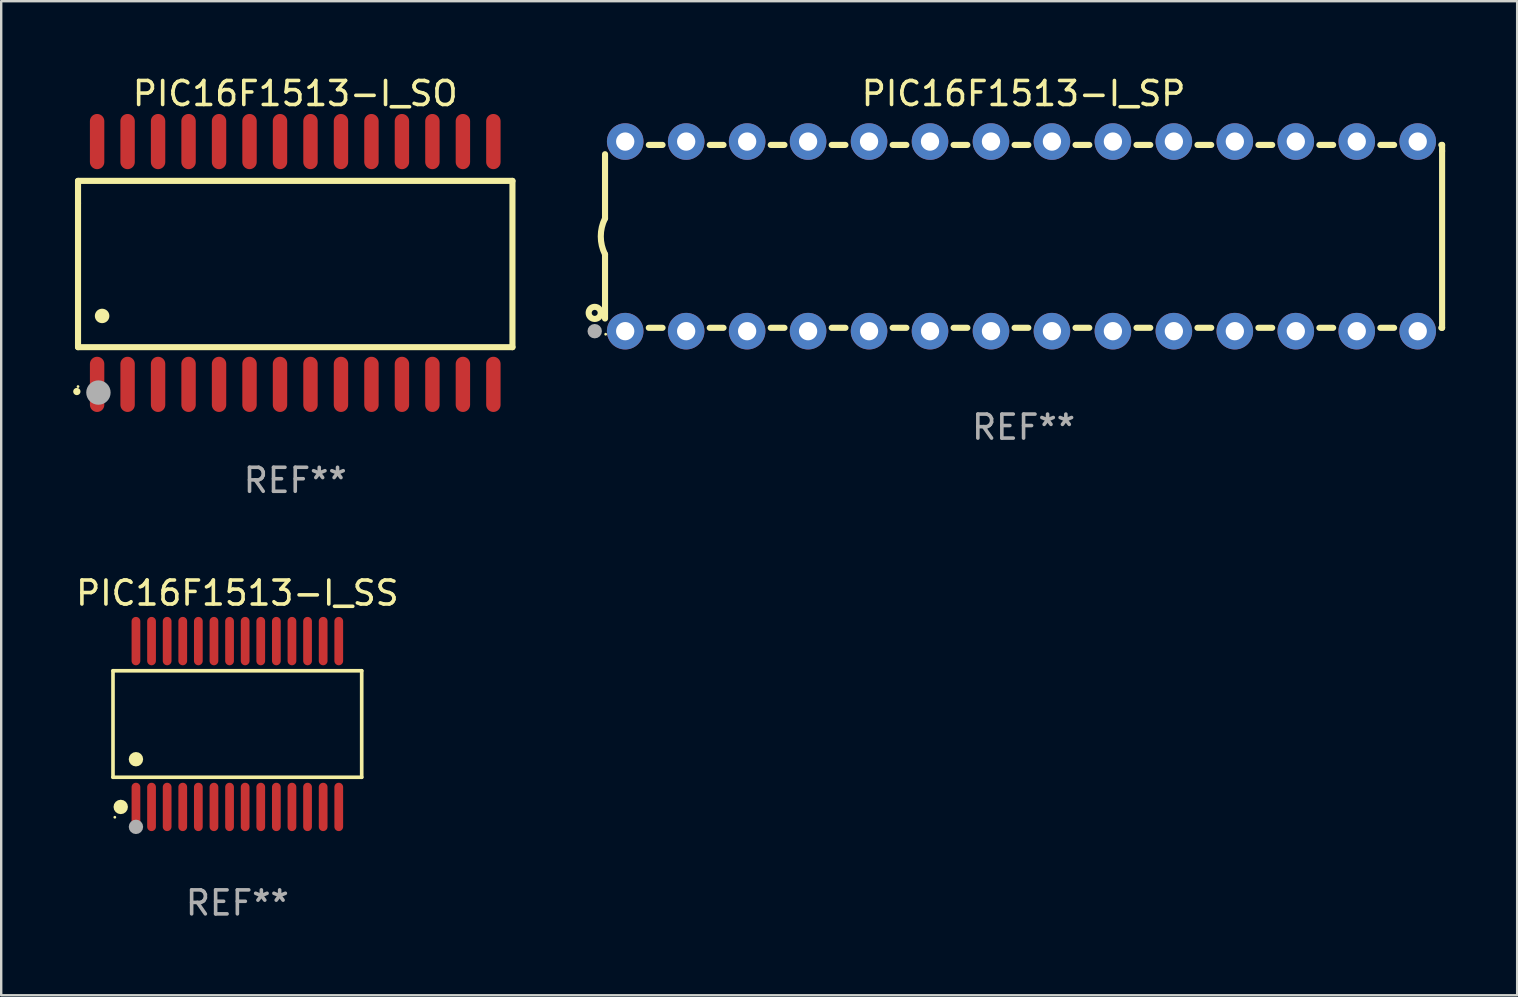
<source format=kicad_pcb>
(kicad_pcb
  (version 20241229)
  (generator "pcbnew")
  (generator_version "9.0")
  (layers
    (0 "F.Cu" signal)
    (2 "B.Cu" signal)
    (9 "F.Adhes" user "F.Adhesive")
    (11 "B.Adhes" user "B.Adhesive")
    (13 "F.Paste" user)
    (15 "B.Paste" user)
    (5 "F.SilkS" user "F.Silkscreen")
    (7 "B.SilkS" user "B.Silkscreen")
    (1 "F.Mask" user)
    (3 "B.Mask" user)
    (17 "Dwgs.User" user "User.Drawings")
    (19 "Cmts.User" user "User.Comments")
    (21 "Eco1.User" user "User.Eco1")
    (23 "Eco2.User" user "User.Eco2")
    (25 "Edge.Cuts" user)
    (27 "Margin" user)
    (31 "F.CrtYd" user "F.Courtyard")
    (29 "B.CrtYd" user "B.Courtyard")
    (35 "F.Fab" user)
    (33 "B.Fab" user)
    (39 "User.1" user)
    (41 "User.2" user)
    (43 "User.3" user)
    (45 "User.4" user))
  (footprint "PIC16F1513-I_SP"
    (layer "F.Cu")
    (at 39.596 6.798)
    (property "Reference" "PIC16F1513-I_SP" (at 0 -5.95 0) (layer "F.SilkS") (effects (font (size 1 1) (thickness 0.15))))
    (attr through_hole)
    (fp_line (start -17.438 0.75) (end -17.438 3.423) (stroke (width 0.254) (type solid)) (layer "F.SilkS"))
    (fp_line (start -17.438 -3.423) (end -17.438 -0.75) (stroke (width 0.254) (type solid)) (layer "F.SilkS"))
    (fp_line (start -15.615 3.81) (end -15.041 3.81) (stroke (width 0.254) (type solid)) (layer "F.SilkS"))
    (fp_line (start -15.041 -3.81) (end -15.614 -3.81) (stroke (width 0.254) (type solid)) (layer "F.SilkS"))
    (fp_line (start -13.075 3.81) (end -12.501 3.81) (stroke (width 0.254) (type solid)) (layer "F.SilkS"))
    (fp_line (start -12.501 -3.81) (end -13.074 -3.81) (stroke (width 0.254) (type solid)) (layer "F.SilkS"))
    (fp_line (start -10.535 3.81) (end -9.961 3.81) (stroke (width 0.254) (type solid)) (layer "F.SilkS"))
    (fp_line (start -9.961 -3.81) (end -10.534 -3.81) (stroke (width 0.254) (type solid)) (layer "F.SilkS"))
    (fp_line (start -7.995 3.81) (end -7.421 3.81) (stroke (width 0.254) (type solid)) (layer "F.SilkS"))
    (fp_line (start -7.421 -3.81) (end -7.995 -3.81) (stroke (width 0.254) (type solid)) (layer "F.SilkS"))
    (fp_line (start -5.455 3.81) (end -4.881 3.81) (stroke (width 0.254) (type solid)) (layer "F.SilkS"))
    (fp_line (start -4.881 -3.81) (end -5.455 -3.81) (stroke (width 0.254) (type solid)) (layer "F.SilkS"))
    (fp_line (start -2.915 3.81) (end -2.341 3.81) (stroke (width 0.254) (type solid)) (layer "F.SilkS"))
    (fp_line (start -2.341 -3.81) (end -2.915 -3.81) (stroke (width 0.254) (type solid)) (layer "F.SilkS"))
    (fp_line (start -0.375 3.81) (end 0.199 3.81) (stroke (width 0.254) (type solid)) (layer "F.SilkS"))
    (fp_line (start 0.199 -3.81) (end -0.375 -3.81) (stroke (width 0.254) (type solid)) (layer "F.SilkS"))
    (fp_line (start 2.165 3.81) (end 2.739 3.81) (stroke (width 0.254) (type solid)) (layer "F.SilkS"))
    (fp_line (start 2.739 -3.81) (end 2.165 -3.81) (stroke (width 0.254) (type solid)) (layer "F.SilkS"))
    (fp_line (start 4.705 3.81) (end 5.279 3.81) (stroke (width 0.254) (type solid)) (layer "F.SilkS"))
    (fp_line (start 5.279 -3.81) (end 4.705 -3.81) (stroke (width 0.254) (type solid)) (layer "F.SilkS"))
    (fp_line (start 7.245 3.81) (end 7.819 3.81) (stroke (width 0.254) (type solid)) (layer "F.SilkS"))
    (fp_line (start 7.819 -3.81) (end 7.245 -3.81) (stroke (width 0.254) (type solid)) (layer "F.SilkS"))
    (fp_line (start 9.785 3.81) (end 10.359 3.81) (stroke (width 0.254) (type solid)) (layer "F.SilkS"))
    (fp_line (start 10.359 -3.81) (end 9.785 -3.81) (stroke (width 0.254) (type solid)) (layer "F.SilkS"))
    (fp_line (start 12.325 3.81) (end 12.899 3.81) (stroke (width 0.254) (type solid)) (layer "F.SilkS"))
    (fp_line (start 12.899 -3.81) (end 12.325 -3.81) (stroke (width 0.254) (type solid)) (layer "F.SilkS"))
    (fp_line (start 14.865 3.81) (end 15.439 3.81) (stroke (width 0.254) (type solid)) (layer "F.SilkS"))
    (fp_line (start 15.439 -3.81) (end 14.865 -3.81) (stroke (width 0.254) (type solid)) (layer "F.SilkS"))
    (fp_line (start 17.405 3.81) (end 17.438 3.81) (stroke (width 0.254) (type solid)) (layer "F.SilkS"))
    (fp_line (start 17.438 -3.81) (end 17.405 -3.81) (stroke (width 0.254) (type solid)) (layer "F.SilkS"))
    (fp_line (start 17.438 -3.556) (end 17.438 -3.81) (stroke (width 0.254) (type solid)) (layer "F.SilkS"))
    (fp_line (start 17.438 3.81) (end 17.438 -3.556) (stroke (width 0.254) (type solid)) (layer "F.SilkS"))
    (fp_arc (start -17.437986 0.749657) (mid -17.614887 -0.000024) (end -17.437783 -0.749657) (stroke (width 0.254001) (type solid)) (layer "F.SilkS"))
    (fp_circle (center -17.868 3.188) (end -17.743 3.188) (stroke (width 0.254) (type solid)) (fill no) (layer "F.SilkS"))
    (fp_circle (center -17.411 4.077) (end -17.381 4.077) (stroke (width 0.06) (type solid)) (fill no) (layer "F.SilkS"))
    (fp_circle (center -17.868 3.95) (end -17.718 3.95) (stroke (width 0.3) (type solid)) (fill no) (layer "F.Fab"))
    (fp_text user "REF**" (at 0 7.95 0) (layer "F.Fab") (effects (font (size 1 1) (thickness 0.15))))
    (pad "1" thru_hole circle (at -16.598 3.95) (size 1.524 1.524) (drill 0.762) (layers "*.Cu" "*.Mask"))
    (pad "2" thru_hole circle (at -14.058 3.95) (size 1.524 1.524) (drill 0.762) (layers "*.Cu" "*.Mask"))
    (pad "3" thru_hole circle (at -11.518 3.95) (size 1.524 1.524) (drill 0.762) (layers "*.Cu" "*.Mask"))
    (pad "4" thru_hole circle (at -8.978 3.95) (size 1.524 1.524) (drill 0.762) (layers "*.Cu" "*.Mask"))
    (pad "5" thru_hole circle (at -6.438 3.95) (size 1.524 1.524) (drill 0.762) (layers "*.Cu" "*.Mask"))
    (pad "6" thru_hole circle (at -3.898 3.95) (size 1.524 1.524) (drill 0.762) (layers "*.Cu" "*.Mask"))
    (pad "7" thru_hole circle (at -1.358 3.95) (size 1.524 1.524) (drill 0.762) (layers "*.Cu" "*.Mask"))
    (pad "8" thru_hole circle (at 1.182 3.95) (size 1.524 1.524) (drill 0.762) (layers "*.Cu" "*.Mask"))
    (pad "9" thru_hole circle (at 3.722 3.95) (size 1.524 1.524) (drill 0.762) (layers "*.Cu" "*.Mask"))
    (pad "10" thru_hole circle (at 6.262 3.95) (size 1.524 1.524) (drill 0.762) (layers "*.Cu" "*.Mask"))
    (pad "11" thru_hole circle (at 8.802 3.95) (size 1.524 1.524) (drill 0.762) (layers "*.Cu" "*.Mask"))
    (pad "12" thru_hole circle (at 11.342 3.95) (size 1.524 1.524) (drill 0.762) (layers "*.Cu" "*.Mask"))
    (pad "13" thru_hole circle (at 13.882 3.95) (size 1.524 1.524) (drill 0.762) (layers "*.Cu" "*.Mask"))
    (pad "14" thru_hole circle (at 16.422 3.95) (size 1.524 1.524) (drill 0.762) (layers "*.Cu" "*.Mask"))
    (pad "15" thru_hole circle (at 16.422 -3.95) (size 1.524 1.524) (drill 0.762) (layers "*.Cu" "*.Mask"))
    (pad "16" thru_hole circle (at 13.882 -3.95) (size 1.524 1.524) (drill 0.762) (layers "*.Cu" "*.Mask"))
    (pad "17" thru_hole circle (at 11.342 -3.95) (size 1.524 1.524) (drill 0.762) (layers "*.Cu" "*.Mask"))
    (pad "18" thru_hole circle (at 8.802 -3.95) (size 1.524 1.524) (drill 0.762) (layers "*.Cu" "*.Mask"))
    (pad "19" thru_hole circle (at 6.262 -3.95) (size 1.524 1.524) (drill 0.762) (layers "*.Cu" "*.Mask"))
    (pad "20" thru_hole circle (at 3.722 -3.95) (size 1.524 1.524) (drill 0.762) (layers "*.Cu" "*.Mask"))
    (pad "21" thru_hole circle (at 1.182 -3.95) (size 1.524 1.524) (drill 0.762) (layers "*.Cu" "*.Mask"))
    (pad "22" thru_hole circle (at -1.358 -3.95) (size 1.524 1.524) (drill 0.762) (layers "*.Cu" "*.Mask"))
    (pad "23" thru_hole circle (at -3.898 -3.95) (size 1.524 1.524) (drill 0.762) (layers "*.Cu" "*.Mask"))
    (pad "24" thru_hole circle (at -6.438 -3.95) (size 1.524 1.524) (drill 0.762) (layers "*.Cu" "*.Mask"))
    (pad "25" thru_hole circle (at -8.978 -3.95) (size 1.524 1.524) (drill 0.762) (layers "*.Cu" "*.Mask"))
    (pad "26" thru_hole circle (at -11.517 -3.95) (size 1.524 1.524) (drill 0.762) (layers "*.Cu" "*.Mask"))
    (pad "27" thru_hole circle (at -14.057 -3.95) (size 1.524 1.524) (drill 0.762) (layers "*.Cu" "*.Mask"))
    (pad "28" thru_hole circle (at -16.597 -3.95) (size 1.524 1.524) (drill 0.762) (layers "*.Cu" "*.Mask")))
  (footprint "PIC16F1513-I_SO"
    (layer "F.Cu")
    (at 9.251 7.906)
    (property "Reference" "PIC16F1513-I_SO" (at 0 -7.058 0) (layer "F.SilkS") (effects (font (size 1 1) (thickness 0.15))))
    (attr through_hole)
    (fp_line (start -9.05 -3.42) (end 9.05 -3.42) (stroke (width 0.254) (type solid)) (layer "F.SilkS"))
    (fp_line (start -9.05 -2.492) (end -9.05 -3.42) (stroke (width 0.254) (type solid)) (layer "F.SilkS"))
    (fp_line (start -9.05 3.508) (end -9.05 -2.492) (stroke (width 0.254) (type solid)) (layer "F.SilkS"))
    (fp_line (start 9.05 -3.42) (end 9.05 3.508) (stroke (width 0.254) (type solid)) (layer "F.SilkS"))
    (fp_line (start 9.05 3.508) (end -9.05 3.508) (stroke (width 0.254) (type solid)) (layer "F.SilkS"))
    (fp_arc (start -9.100838 5.35649) (mid -9.099568 5.356485) (end -9.098298 5.35649) (stroke (width 0.3) (type solid)) (layer "F.SilkS"))
    (fp_arc (start -8.049276 2.206883) (mid -8.046736 2.206872) (end -8.044196 2.206883) (stroke (width 0.6) (type solid)) (layer "F.SilkS"))
    (fp_circle (center -9.05 5.15) (end -9.02 5.15) (stroke (width 0.06) (type solid)) (fill no) (layer "F.SilkS"))
    (fp_circle (center -8.2 5.4) (end -7.946 5.4) (stroke (width 0.508) (type solid)) (fill no) (layer "F.Fab"))
    (fp_text user "REF**" (at 0 9.058 0) (layer "F.Fab") (effects (font (size 1 1) (thickness 0.15))))
    (pad "1" smd oval (at -8.255 5.058 180) (size 0.6 2.3) (layers "F.Cu" "F.Mask" "F.Paste"))
    (pad "2" smd oval (at -6.985 5.058 180) (size 0.6 2.3) (layers "F.Cu" "F.Mask" "F.Paste"))
    (pad "3" smd oval (at -5.715 5.058 180) (size 0.6 2.3) (layers "F.Cu" "F.Mask" "F.Paste"))
    (pad "4" smd oval (at -4.445 5.058 180) (size 0.6 2.3) (layers "F.Cu" "F.Mask" "F.Paste"))
    (pad "5" smd oval (at -3.175 5.058 180) (size 0.6 2.3) (layers "F.Cu" "F.Mask" "F.Paste"))
    (pad "6" smd oval (at -1.905 5.058 180) (size 0.6 2.3) (layers "F.Cu" "F.Mask" "F.Paste"))
    (pad "7" smd oval (at -0.635 5.058 180) (size 0.6 2.3) (layers "F.Cu" "F.Mask" "F.Paste"))
    (pad "8" smd oval (at 0.635 5.058 180) (size 0.6 2.3) (layers "F.Cu" "F.Mask" "F.Paste"))
    (pad "9" smd oval (at 1.905 5.058 180) (size 0.6 2.3) (layers "F.Cu" "F.Mask" "F.Paste"))
    (pad "10" smd oval (at 3.175 5.058 180) (size 0.6 2.3) (layers "F.Cu" "F.Mask" "F.Paste"))
    (pad "11" smd oval (at 4.445 5.058 180) (size 0.6 2.3) (layers "F.Cu" "F.Mask" "F.Paste"))
    (pad "12" smd oval (at 5.715 5.058 180) (size 0.6 2.3) (layers "F.Cu" "F.Mask" "F.Paste"))
    (pad "13" smd oval (at 6.985 5.058 180) (size 0.6 2.3) (layers "F.Cu" "F.Mask" "F.Paste"))
    (pad "14" smd oval (at 8.255 5.058 180) (size 0.6 2.3) (layers "F.Cu" "F.Mask" "F.Paste"))
    (pad "15" smd oval (at 8.255 -5.058 180) (size 0.6 2.3) (layers "F.Cu" "F.Mask" "F.Paste"))
    (pad "16" smd oval (at 6.985 -5.058 180) (size 0.6 2.3) (layers "F.Cu" "F.Mask" "F.Paste"))
    (pad "17" smd oval (at 5.715 -5.058 180) (size 0.6 2.3) (layers "F.Cu" "F.Mask" "F.Paste"))
    (pad "18" smd oval (at 4.445 -5.058 180) (size 0.6 2.3) (layers "F.Cu" "F.Mask" "F.Paste"))
    (pad "19" smd oval (at 3.175 -5.058 180) (size 0.6 2.3) (layers "F.Cu" "F.Mask" "F.Paste"))
    (pad "20" smd oval (at 1.905 -5.058 180) (size 0.6 2.3) (layers "F.Cu" "F.Mask" "F.Paste"))
    (pad "21" smd oval (at 0.635 -5.058 180) (size 0.6 2.3) (layers "F.Cu" "F.Mask" "F.Paste"))
    (pad "22" smd oval (at -0.635 -5.058 180) (size 0.6 2.3) (layers "F.Cu" "F.Mask" "F.Paste"))
    (pad "23" smd oval (at -1.905 -5.058 180) (size 0.6 2.3) (layers "F.Cu" "F.Mask" "F.Paste"))
    (pad "24" smd oval (at -3.175 -5.058 180) (size 0.6 2.3) (layers "F.Cu" "F.Mask" "F.Paste"))
    (pad "25" smd oval (at -4.445 -5.058 180) (size 0.6 2.3) (layers "F.Cu" "F.Mask" "F.Paste"))
    (pad "26" smd oval (at -5.715 -5.058 180) (size 0.6 2.3) (layers "F.Cu" "F.Mask" "F.Paste"))
    (pad "27" smd oval (at -6.985 -5.058 180) (size 0.6 2.3) (layers "F.Cu" "F.Mask" "F.Paste"))
    (pad "28" smd oval (at -8.255 -5.058 180) (size 0.6 2.3) (layers "F.Cu" "F.Mask" "F.Paste")))
  (footprint "PIC16F1513-I_SS"
    (layer "F.Cu")
    (at 6.839 27.115)
    (property "Reference" "PIC16F1513-I_SS" (at 0 -5.455 0) (layer "F.SilkS") (effects (font (size 1 1) (thickness 0.15))))
    (attr through_hole)
    (fp_line (start -5.181 -2.219) (end 5.181 -2.219) (stroke (width 0.152) (type solid)) (layer "F.SilkS"))
    (fp_line (start -5.181 2.219) (end -5.181 -2.219) (stroke (width 0.152) (type solid)) (layer "F.SilkS"))
    (fp_line (start 5.181 -2.219) (end 5.181 2.219) (stroke (width 0.152) (type solid)) (layer "F.SilkS"))
    (fp_line (start 5.181 2.219) (end -5.181 2.219) (stroke (width 0.152) (type solid)) (layer "F.SilkS"))
    (fp_circle (center -5.105 3.885) (end -5.075 3.885) (stroke (width 0.06) (type solid)) (fill no) (layer "F.SilkS"))
    (fp_circle (center -4.859 3.455) (end -4.709 3.455) (stroke (width 0.3) (type solid)) (fill no) (layer "F.SilkS"))
    (fp_circle (center -4.225 1.467) (end -4.075 1.467) (stroke (width 0.3) (type solid)) (fill no) (layer "F.SilkS"))
    (fp_circle (center -4.225 4.285) (end -4.075 4.285) (stroke (width 0.3) (type solid)) (fill no) (layer "F.Fab"))
    (fp_text user "REF**" (at 0 7.455 0) (layer "F.Fab") (effects (font (size 1 1) (thickness 0.15))))
    (pad "1" smd oval (at -4.225 3.455) (size 0.364 2.015) (layers "F.Cu" "F.Mask" "F.Paste"))
    (pad "2" smd oval (at -3.575 3.455) (size 0.364 2.015) (layers "F.Cu" "F.Mask" "F.Paste"))
    (pad "3" smd oval (at -2.925 3.455) (size 0.364 2.015) (layers "F.Cu" "F.Mask" "F.Paste"))
    (pad "4" smd oval (at -2.275 3.455) (size 0.364 2.015) (layers "F.Cu" "F.Mask" "F.Paste"))
    (pad "5" smd oval (at -1.625 3.455) (size 0.364 2.015) (layers "F.Cu" "F.Mask" "F.Paste"))
    (pad "6" smd oval (at -0.975 3.455) (size 0.364 2.015) (layers "F.Cu" "F.Mask" "F.Paste"))
    (pad "7" smd oval (at -0.325 3.455) (size 0.364 2.015) (layers "F.Cu" "F.Mask" "F.Paste"))
    (pad "8" smd oval (at 0.325 3.455) (size 0.364 2.015) (layers "F.Cu" "F.Mask" "F.Paste"))
    (pad "9" smd oval (at 0.975 3.455) (size 0.364 2.015) (layers "F.Cu" "F.Mask" "F.Paste"))
    (pad "10" smd oval (at 1.625 3.455) (size 0.364 2.015) (layers "F.Cu" "F.Mask" "F.Paste"))
    (pad "11" smd oval (at 2.275 3.455) (size 0.364 2.015) (layers "F.Cu" "F.Mask" "F.Paste"))
    (pad "12" smd oval (at 2.925 3.455) (size 0.364 2.015) (layers "F.Cu" "F.Mask" "F.Paste"))
    (pad "13" smd oval (at 3.575 3.455) (size 0.364 2.015) (layers "F.Cu" "F.Mask" "F.Paste"))
    (pad "14" smd oval (at 4.225 3.455) (size 0.364 2.015) (layers "F.Cu" "F.Mask" "F.Paste"))
    (pad "15" smd oval (at 4.225 -3.455) (size 0.364 2.015) (layers "F.Cu" "F.Mask" "F.Paste"))
    (pad "16" smd oval (at 3.575 -3.455) (size 0.364 2.015) (layers "F.Cu" "F.Mask" "F.Paste"))
    (pad "17" smd oval (at 2.925 -3.455) (size 0.364 2.015) (layers "F.Cu" "F.Mask" "F.Paste"))
    (pad "18" smd oval (at 2.275 -3.455) (size 0.364 2.015) (layers "F.Cu" "F.Mask" "F.Paste"))
    (pad "19" smd oval (at 1.625 -3.455) (size 0.364 2.015) (layers "F.Cu" "F.Mask" "F.Paste"))
    (pad "20" smd oval (at 0.975 -3.455) (size 0.364 2.015) (layers "F.Cu" "F.Mask" "F.Paste"))
    (pad "21" smd oval (at 0.325 -3.455) (size 0.364 2.015) (layers "F.Cu" "F.Mask" "F.Paste"))
    (pad "22" smd oval (at -0.325 -3.455) (size 0.364 2.015) (layers "F.Cu" "F.Mask" "F.Paste"))
    (pad "23" smd oval (at -0.975 -3.455) (size 0.364 2.015) (layers "F.Cu" "F.Mask" "F.Paste"))
    (pad "24" smd oval (at -1.625 -3.455) (size 0.364 2.015) (layers "F.Cu" "F.Mask" "F.Paste"))
    (pad "25" smd oval (at -2.275 -3.455) (size 0.364 2.015) (layers "F.Cu" "F.Mask" "F.Paste"))
    (pad "26" smd oval (at -2.925 -3.455) (size 0.364 2.015) (layers "F.Cu" "F.Mask" "F.Paste"))
    (pad "27" smd oval (at -3.575 -3.455) (size 0.364 2.015) (layers "F.Cu" "F.Mask" "F.Paste"))
    (pad "28" smd oval (at -4.225 -3.455) (size 0.364 2.015) (layers "F.Cu" "F.Mask" "F.Paste")))
  (gr_rect
    (start -3 -3)
    (end 60.161 38.418)
    (stroke (width 0.1) (type default))
    (fill no)
    (layer "Edge.Cuts")))
</source>
